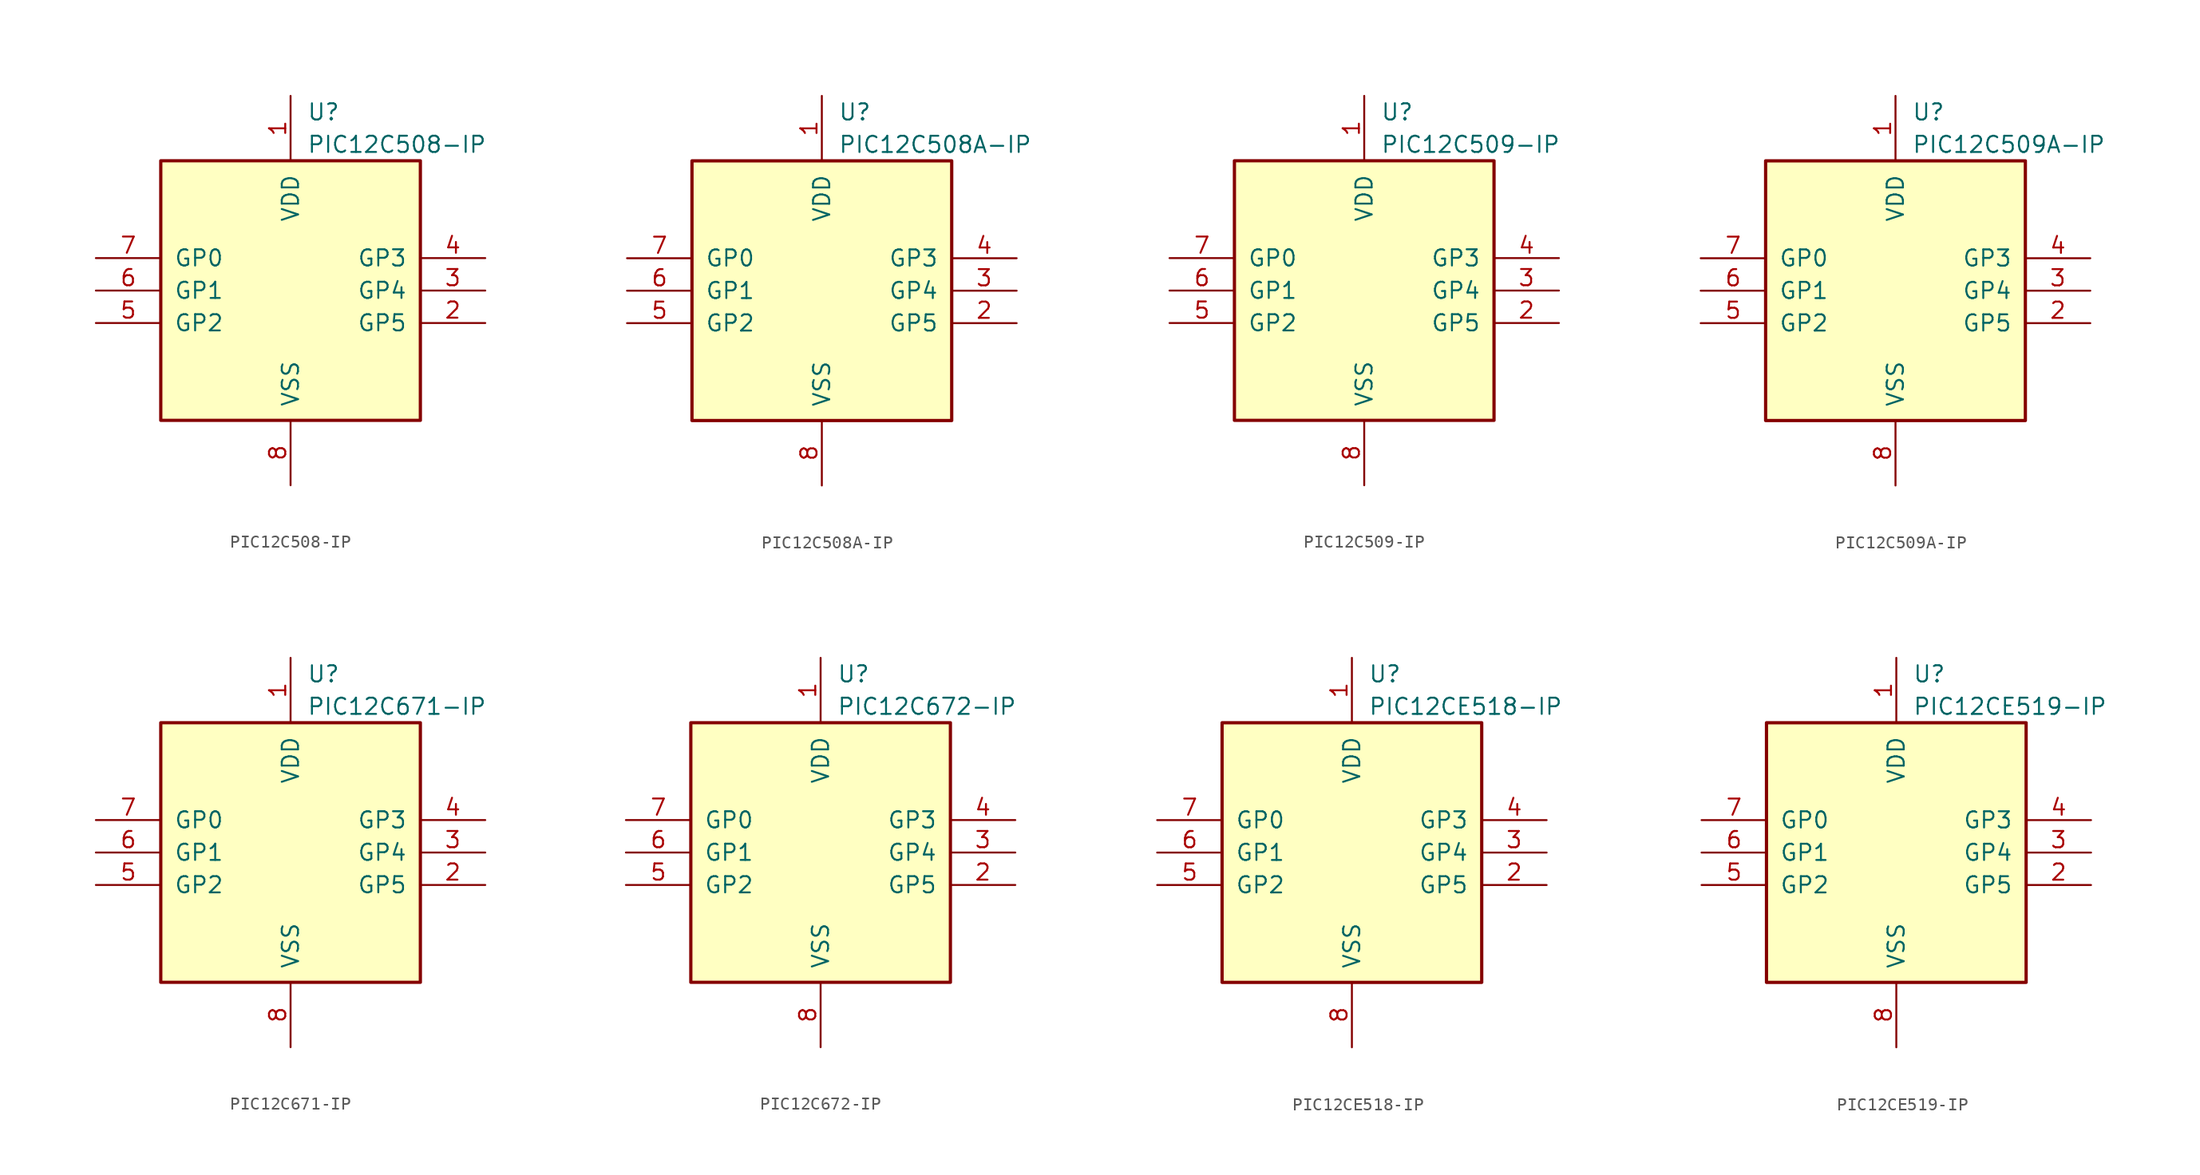
<source format=kicad_sym>
(kicad_symbol_lib
  (version 20201005)
  (generator kicad_symbol_editor)
  (symbol "MCU_Microchip_PIC12:PIC12C508-IP"
    (pin_names
      (offset 1.016))
    (property "Reference" "U"
      (at 1.27 13.97 0)
      (effects (font (size 1.27 1.27)) (justify left)))
    (property "Value" "PIC12C508-IP"
      (at 1.27 11.43 0)
      (effects (font (size 1.27 1.27)) (justify left)))
    (symbol "PIC12C508-IP_0_1"
      (rectangle (start 10.16 -10.16) (end -10.16 10.16) (stroke (width 0.254)) (fill (type background))))
    (symbol "PIC12C508-IP_1_1"
      (pin power_in line (at 0 15.24 270) (length 5.08) (name "VDD" (effects (font (size 1.27 1.27)))) (number "1" (effects (font (size 1.27 1.27)))))
      (pin bidirectional line (at 15.24 -2.54 180) (length 5.08) (name "GP5" (effects (font (size 1.27 1.27)))) (number "2" (effects (font (size 1.27 1.27)))))
      (pin bidirectional line (at 15.24 0 180) (length 5.08) (name "GP4" (effects (font (size 1.27 1.27)))) (number "3" (effects (font (size 1.27 1.27)))))
      (pin input line (at 15.24 2.54 180) (length 5.08) (name "GP3" (effects (font (size 1.27 1.27)))) (number "4" (effects (font (size 1.27 1.27)))))
      (pin bidirectional line (at -15.24 -2.54 0) (length 5.08) (name "GP2" (effects (font (size 1.27 1.27)))) (number "5" (effects (font (size 1.27 1.27)))))
      (pin bidirectional line (at -15.24 0 0) (length 5.08) (name "GP1" (effects (font (size 1.27 1.27)))) (number "6" (effects (font (size 1.27 1.27)))))
      (pin bidirectional line (at -15.24 2.54 0) (length 5.08) (name "GP0" (effects (font (size 1.27 1.27)))) (number "7" (effects (font (size 1.27 1.27)))))
      (pin power_in line (at 0 -15.24 90) (length 5.08) (name "VSS" (effects (font (size 1.27 1.27)))) (number "8" (effects (font (size 1.27 1.27)))))))
  (symbol "MCU_Microchip_PIC12:PIC12C508A-IP"
    (pin_names
      (offset 1.016))
    (property "Reference" "U"
      (at 1.27 13.97 0)
      (effects (font (size 1.27 1.27)) (justify left)))
    (property "Value" "PIC12C508A-IP"
      (at 1.27 11.43 0)
      (effects (font (size 1.27 1.27)) (justify left)))
    (symbol "PIC12C508A-IP_0_1"
      (rectangle (start 10.16 -10.16) (end -10.16 10.16) (stroke (width 0.254)) (fill (type background))))
    (symbol "PIC12C508A-IP_1_1"
      (pin power_in line (at 0 15.24 270) (length 5.08) (name "VDD" (effects (font (size 1.27 1.27)))) (number "1" (effects (font (size 1.27 1.27)))))
      (pin bidirectional line (at 15.24 -2.54 180) (length 5.08) (name "GP5" (effects (font (size 1.27 1.27)))) (number "2" (effects (font (size 1.27 1.27)))))
      (pin bidirectional line (at 15.24 0 180) (length 5.08) (name "GP4" (effects (font (size 1.27 1.27)))) (number "3" (effects (font (size 1.27 1.27)))))
      (pin input line (at 15.24 2.54 180) (length 5.08) (name "GP3" (effects (font (size 1.27 1.27)))) (number "4" (effects (font (size 1.27 1.27)))))
      (pin bidirectional line (at -15.24 -2.54 0) (length 5.08) (name "GP2" (effects (font (size 1.27 1.27)))) (number "5" (effects (font (size 1.27 1.27)))))
      (pin bidirectional line (at -15.24 0 0) (length 5.08) (name "GP1" (effects (font (size 1.27 1.27)))) (number "6" (effects (font (size 1.27 1.27)))))
      (pin bidirectional line (at -15.24 2.54 0) (length 5.08) (name "GP0" (effects (font (size 1.27 1.27)))) (number "7" (effects (font (size 1.27 1.27)))))
      (pin power_in line (at 0 -15.24 90) (length 5.08) (name "VSS" (effects (font (size 1.27 1.27)))) (number "8" (effects (font (size 1.27 1.27)))))))
  (symbol "MCU_Microchip_PIC12:PIC12C509-IP"
    (pin_names
      (offset 1.016))
    (property "Reference" "U"
      (at 1.27 13.97 0)
      (effects (font (size 1.27 1.27)) (justify left)))
    (property "Value" "PIC12C509-IP"
      (at 1.27 11.43 0)
      (effects (font (size 1.27 1.27)) (justify left)))
    (symbol "PIC12C509-IP_0_1"
      (rectangle (start 10.16 -10.16) (end -10.16 10.16) (stroke (width 0.254)) (fill (type background))))
    (symbol "PIC12C509-IP_1_1"
      (pin power_in line (at 0 15.24 270) (length 5.08) (name "VDD" (effects (font (size 1.27 1.27)))) (number "1" (effects (font (size 1.27 1.27)))))
      (pin bidirectional line (at 15.24 -2.54 180) (length 5.08) (name "GP5" (effects (font (size 1.27 1.27)))) (number "2" (effects (font (size 1.27 1.27)))))
      (pin bidirectional line (at 15.24 0 180) (length 5.08) (name "GP4" (effects (font (size 1.27 1.27)))) (number "3" (effects (font (size 1.27 1.27)))))
      (pin input line (at 15.24 2.54 180) (length 5.08) (name "GP3" (effects (font (size 1.27 1.27)))) (number "4" (effects (font (size 1.27 1.27)))))
      (pin bidirectional line (at -15.24 -2.54 0) (length 5.08) (name "GP2" (effects (font (size 1.27 1.27)))) (number "5" (effects (font (size 1.27 1.27)))))
      (pin bidirectional line (at -15.24 0 0) (length 5.08) (name "GP1" (effects (font (size 1.27 1.27)))) (number "6" (effects (font (size 1.27 1.27)))))
      (pin bidirectional line (at -15.24 2.54 0) (length 5.08) (name "GP0" (effects (font (size 1.27 1.27)))) (number "7" (effects (font (size 1.27 1.27)))))
      (pin power_in line (at 0 -15.24 90) (length 5.08) (name "VSS" (effects (font (size 1.27 1.27)))) (number "8" (effects (font (size 1.27 1.27)))))))
  (symbol "MCU_Microchip_PIC12:PIC12C509A-IP"
    (pin_names
      (offset 1.016))
    (property "Reference" "U"
      (at 1.27 13.97 0)
      (effects (font (size 1.27 1.27)) (justify left)))
    (property "Value" "PIC12C509A-IP"
      (at 1.27 11.43 0)
      (effects (font (size 1.27 1.27)) (justify left)))
    (symbol "PIC12C509A-IP_0_1"
      (rectangle (start 10.16 -10.16) (end -10.16 10.16) (stroke (width 0.254)) (fill (type background))))
    (symbol "PIC12C509A-IP_1_1"
      (pin power_in line (at 0 15.24 270) (length 5.08) (name "VDD" (effects (font (size 1.27 1.27)))) (number "1" (effects (font (size 1.27 1.27)))))
      (pin bidirectional line (at 15.24 -2.54 180) (length 5.08) (name "GP5" (effects (font (size 1.27 1.27)))) (number "2" (effects (font (size 1.27 1.27)))))
      (pin bidirectional line (at 15.24 0 180) (length 5.08) (name "GP4" (effects (font (size 1.27 1.27)))) (number "3" (effects (font (size 1.27 1.27)))))
      (pin input line (at 15.24 2.54 180) (length 5.08) (name "GP3" (effects (font (size 1.27 1.27)))) (number "4" (effects (font (size 1.27 1.27)))))
      (pin bidirectional line (at -15.24 -2.54 0) (length 5.08) (name "GP2" (effects (font (size 1.27 1.27)))) (number "5" (effects (font (size 1.27 1.27)))))
      (pin bidirectional line (at -15.24 0 0) (length 5.08) (name "GP1" (effects (font (size 1.27 1.27)))) (number "6" (effects (font (size 1.27 1.27)))))
      (pin bidirectional line (at -15.24 2.54 0) (length 5.08) (name "GP0" (effects (font (size 1.27 1.27)))) (number "7" (effects (font (size 1.27 1.27)))))
      (pin power_in line (at 0 -15.24 90) (length 5.08) (name "VSS" (effects (font (size 1.27 1.27)))) (number "8" (effects (font (size 1.27 1.27)))))))
  (symbol "MCU_Microchip_PIC12:PIC12C671-IP"
    (pin_names
      (offset 1.016))
    (property "Reference" "U"
      (at 1.27 13.97 0)
      (effects (font (size 1.27 1.27)) (justify left)))
    (property "Value" "PIC12C671-IP"
      (at 1.27 11.43 0)
      (effects (font (size 1.27 1.27)) (justify left)))
    (symbol "PIC12C671-IP_0_1"
      (rectangle (start 10.16 -10.16) (end -10.16 10.16) (stroke (width 0.254)) (fill (type background))))
    (symbol "PIC12C671-IP_1_1"
      (pin power_in line (at 0 15.24 270) (length 5.08) (name "VDD" (effects (font (size 1.27 1.27)))) (number "1" (effects (font (size 1.27 1.27)))))
      (pin bidirectional line (at 15.24 -2.54 180) (length 5.08) (name "GP5" (effects (font (size 1.27 1.27)))) (number "2" (effects (font (size 1.27 1.27)))))
      (pin bidirectional line (at 15.24 0 180) (length 5.08) (name "GP4" (effects (font (size 1.27 1.27)))) (number "3" (effects (font (size 1.27 1.27)))))
      (pin input line (at 15.24 2.54 180) (length 5.08) (name "GP3" (effects (font (size 1.27 1.27)))) (number "4" (effects (font (size 1.27 1.27)))))
      (pin bidirectional line (at -15.24 -2.54 0) (length 5.08) (name "GP2" (effects (font (size 1.27 1.27)))) (number "5" (effects (font (size 1.27 1.27)))))
      (pin bidirectional line (at -15.24 0 0) (length 5.08) (name "GP1" (effects (font (size 1.27 1.27)))) (number "6" (effects (font (size 1.27 1.27)))))
      (pin bidirectional line (at -15.24 2.54 0) (length 5.08) (name "GP0" (effects (font (size 1.27 1.27)))) (number "7" (effects (font (size 1.27 1.27)))))
      (pin power_in line (at 0 -15.24 90) (length 5.08) (name "VSS" (effects (font (size 1.27 1.27)))) (number "8" (effects (font (size 1.27 1.27)))))))
  (symbol "MCU_Microchip_PIC12:PIC12C672-IP"
    (pin_names
      (offset 1.016))
    (property "Reference" "U"
      (at 1.27 13.97 0)
      (effects (font (size 1.27 1.27)) (justify left)))
    (property "Value" "PIC12C672-IP"
      (at 1.27 11.43 0)
      (effects (font (size 1.27 1.27)) (justify left)))
    (symbol "PIC12C672-IP_0_1"
      (rectangle (start 10.16 -10.16) (end -10.16 10.16) (stroke (width 0.254)) (fill (type background))))
    (symbol "PIC12C672-IP_1_1"
      (pin power_in line (at 0 15.24 270) (length 5.08) (name "VDD" (effects (font (size 1.27 1.27)))) (number "1" (effects (font (size 1.27 1.27)))))
      (pin bidirectional line (at 15.24 -2.54 180) (length 5.08) (name "GP5" (effects (font (size 1.27 1.27)))) (number "2" (effects (font (size 1.27 1.27)))))
      (pin bidirectional line (at 15.24 0 180) (length 5.08) (name "GP4" (effects (font (size 1.27 1.27)))) (number "3" (effects (font (size 1.27 1.27)))))
      (pin input line (at 15.24 2.54 180) (length 5.08) (name "GP3" (effects (font (size 1.27 1.27)))) (number "4" (effects (font (size 1.27 1.27)))))
      (pin bidirectional line (at -15.24 -2.54 0) (length 5.08) (name "GP2" (effects (font (size 1.27 1.27)))) (number "5" (effects (font (size 1.27 1.27)))))
      (pin bidirectional line (at -15.24 0 0) (length 5.08) (name "GP1" (effects (font (size 1.27 1.27)))) (number "6" (effects (font (size 1.27 1.27)))))
      (pin bidirectional line (at -15.24 2.54 0) (length 5.08) (name "GP0" (effects (font (size 1.27 1.27)))) (number "7" (effects (font (size 1.27 1.27)))))
      (pin power_in line (at 0 -15.24 90) (length 5.08) (name "VSS" (effects (font (size 1.27 1.27)))) (number "8" (effects (font (size 1.27 1.27)))))))
  (symbol "MCU_Microchip_PIC12:PIC12CE518-IP"
    (pin_names
      (offset 1.016))
    (property "Reference" "U"
      (at 1.27 13.97 0)
      (effects (font (size 1.27 1.27)) (justify left)))
    (property "Value" "PIC12CE518-IP"
      (at 1.27 11.43 0)
      (effects (font (size 1.27 1.27)) (justify left)))
    (symbol "PIC12CE518-IP_0_1"
      (rectangle (start 10.16 -10.16) (end -10.16 10.16) (stroke (width 0.254)) (fill (type background))))
    (symbol "PIC12CE518-IP_1_1"
      (pin power_in line (at 0 15.24 270) (length 5.08) (name "VDD" (effects (font (size 1.27 1.27)))) (number "1" (effects (font (size 1.27 1.27)))))
      (pin bidirectional line (at 15.24 -2.54 180) (length 5.08) (name "GP5" (effects (font (size 1.27 1.27)))) (number "2" (effects (font (size 1.27 1.27)))))
      (pin bidirectional line (at 15.24 0 180) (length 5.08) (name "GP4" (effects (font (size 1.27 1.27)))) (number "3" (effects (font (size 1.27 1.27)))))
      (pin input line (at 15.24 2.54 180) (length 5.08) (name "GP3" (effects (font (size 1.27 1.27)))) (number "4" (effects (font (size 1.27 1.27)))))
      (pin bidirectional line (at -15.24 -2.54 0) (length 5.08) (name "GP2" (effects (font (size 1.27 1.27)))) (number "5" (effects (font (size 1.27 1.27)))))
      (pin bidirectional line (at -15.24 0 0) (length 5.08) (name "GP1" (effects (font (size 1.27 1.27)))) (number "6" (effects (font (size 1.27 1.27)))))
      (pin bidirectional line (at -15.24 2.54 0) (length 5.08) (name "GP0" (effects (font (size 1.27 1.27)))) (number "7" (effects (font (size 1.27 1.27)))))
      (pin power_in line (at 0 -15.24 90) (length 5.08) (name "VSS" (effects (font (size 1.27 1.27)))) (number "8" (effects (font (size 1.27 1.27)))))))
  (symbol "MCU_Microchip_PIC12:PIC12CE519-IP"
    (pin_names
      (offset 1.016))
    (property "Reference" "U"
      (at 1.27 13.97 0)
      (effects (font (size 1.27 1.27)) (justify left)))
    (property "Value" "PIC12CE519-IP"
      (at 1.27 11.43 0)
      (effects (font (size 1.27 1.27)) (justify left)))
    (symbol "PIC12CE519-IP_0_1"
      (rectangle (start 10.16 -10.16) (end -10.16 10.16) (stroke (width 0.254)) (fill (type background))))
    (symbol "PIC12CE519-IP_1_1"
      (pin power_in line (at 0 15.24 270) (length 5.08) (name "VDD" (effects (font (size 1.27 1.27)))) (number "1" (effects (font (size 1.27 1.27)))))
      (pin bidirectional line (at 15.24 -2.54 180) (length 5.08) (name "GP5" (effects (font (size 1.27 1.27)))) (number "2" (effects (font (size 1.27 1.27)))))
      (pin bidirectional line (at 15.24 0 180) (length 5.08) (name "GP4" (effects (font (size 1.27 1.27)))) (number "3" (effects (font (size 1.27 1.27)))))
      (pin input line (at 15.24 2.54 180) (length 5.08) (name "GP3" (effects (font (size 1.27 1.27)))) (number "4" (effects (font (size 1.27 1.27)))))
      (pin bidirectional line (at -15.24 -2.54 0) (length 5.08) (name "GP2" (effects (font (size 1.27 1.27)))) (number "5" (effects (font (size 1.27 1.27)))))
      (pin bidirectional line (at -15.24 0 0) (length 5.08) (name "GP1" (effects (font (size 1.27 1.27)))) (number "6" (effects (font (size 1.27 1.27)))))
      (pin bidirectional line (at -15.24 2.54 0) (length 5.08) (name "GP0" (effects (font (size 1.27 1.27)))) (number "7" (effects (font (size 1.27 1.27)))))
      (pin power_in line (at 0 -15.24 90) (length 5.08) (name "VSS" (effects (font (size 1.27 1.27)))) (number "8" (effects (font (size 1.27 1.27))))))))
</source>
